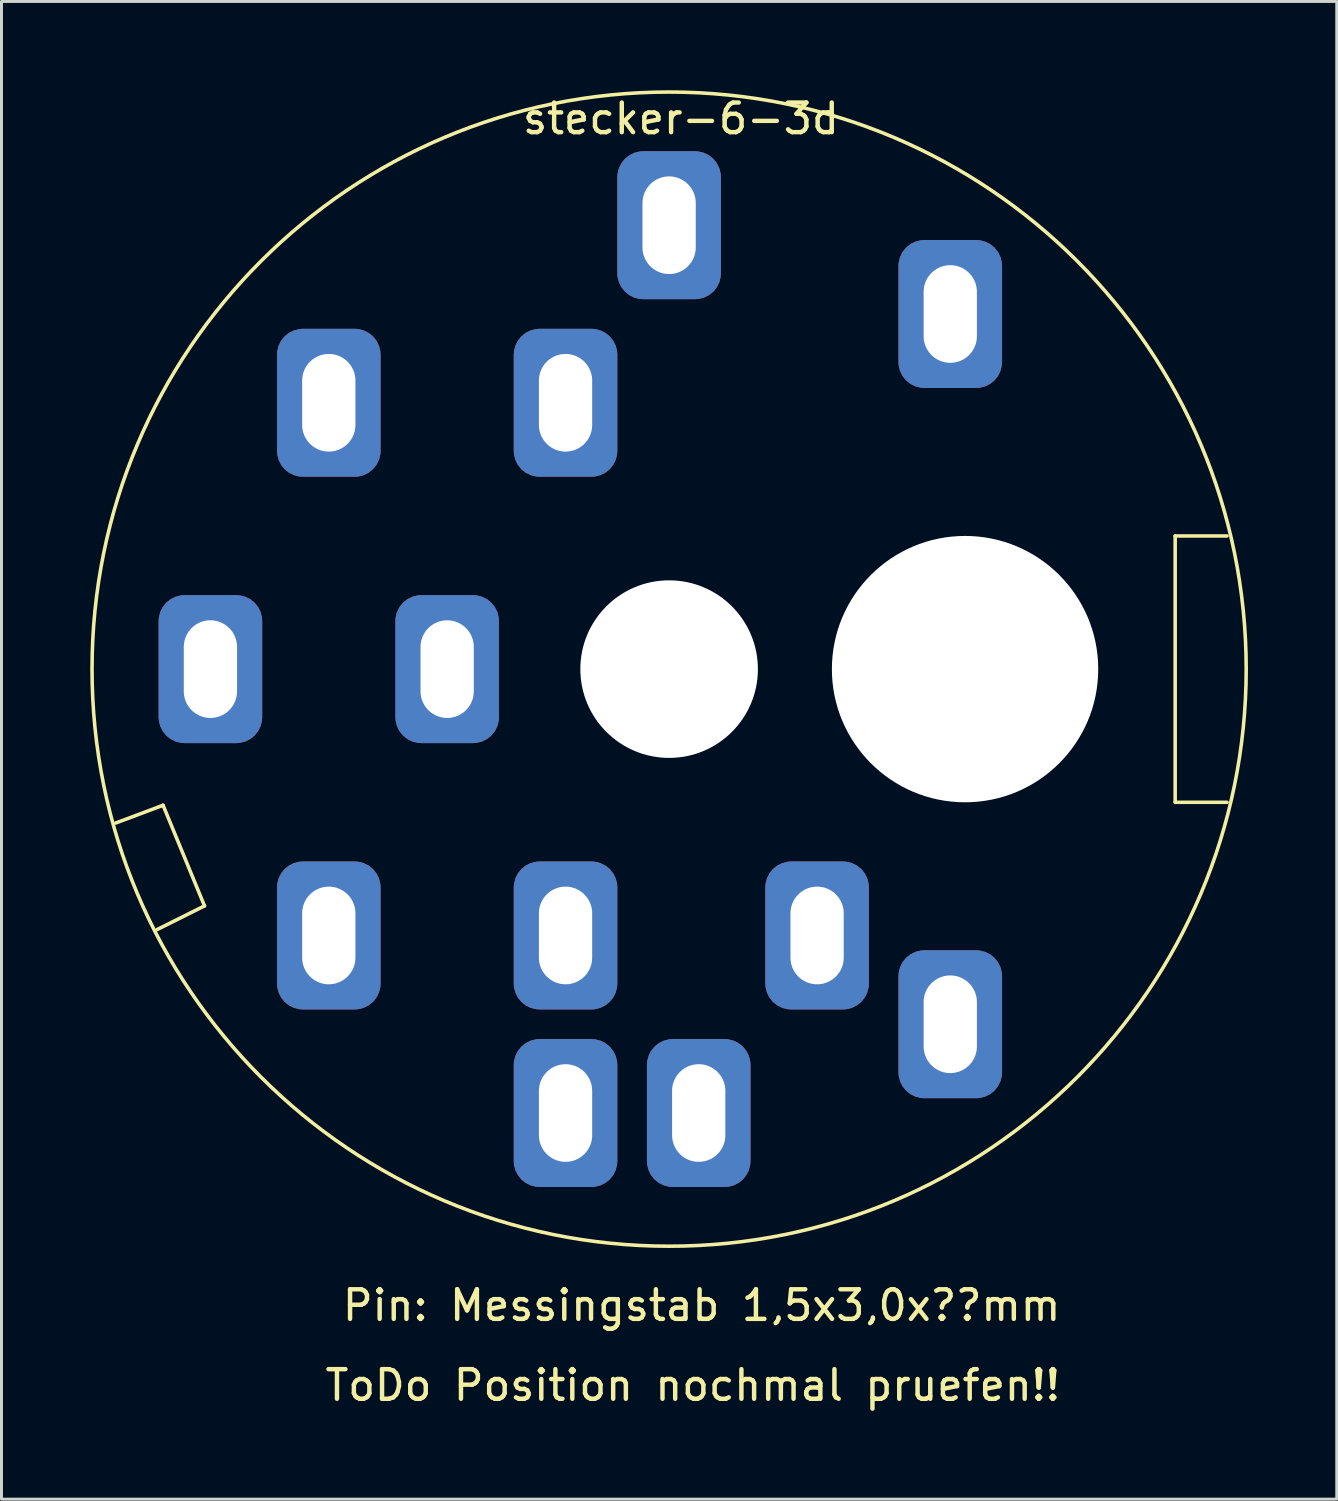
<source format=kicad_pcb>
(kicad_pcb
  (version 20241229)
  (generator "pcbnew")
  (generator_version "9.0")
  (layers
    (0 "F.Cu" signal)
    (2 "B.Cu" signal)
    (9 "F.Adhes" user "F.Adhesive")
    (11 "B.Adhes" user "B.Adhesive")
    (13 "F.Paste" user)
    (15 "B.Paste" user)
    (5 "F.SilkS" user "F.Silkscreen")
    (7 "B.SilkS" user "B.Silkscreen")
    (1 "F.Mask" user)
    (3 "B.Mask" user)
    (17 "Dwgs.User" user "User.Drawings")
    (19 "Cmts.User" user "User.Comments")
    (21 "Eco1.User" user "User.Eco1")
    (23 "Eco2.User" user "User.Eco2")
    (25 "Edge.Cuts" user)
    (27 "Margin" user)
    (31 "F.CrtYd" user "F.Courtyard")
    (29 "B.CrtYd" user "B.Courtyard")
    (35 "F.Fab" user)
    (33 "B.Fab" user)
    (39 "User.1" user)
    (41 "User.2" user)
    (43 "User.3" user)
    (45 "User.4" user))
  (footprint "stecker-6-3d"
    (layer "F.Cu")
    (at 19.56 19.56)
    (property "Reference" "stecker-6-3d" (at 0.4 -18.6 0) (layer "F.SilkS") (effects (font (size 1 1) (thickness 0.15))))
    (attr through_hole)
    (fp_line (start -17.1 4.6) (end -18.7 5.2) (stroke (width 0.12) (type solid)) (layer "F.SilkS"))
    (fp_line (start -17.1 4.6) (end -15.7 8) (stroke (width 0.12) (type solid)) (layer "F.SilkS"))
    (fp_line (start -15.7 8) (end -17.3 8.8) (stroke (width 0.12) (type solid)) (layer "F.SilkS"))
    (fp_line (start 17.1 -4.5) (end 17.1 4.5) (stroke (width 0.12) (type solid)) (layer "F.SilkS"))
    (fp_line (start 17.1 4.5) (end 18.85 4.5) (stroke (width 0.12) (type solid)) (layer "F.SilkS"))
    (fp_line (start 18.85 -4.5) (end 17.1 -4.5) (stroke (width 0.12) (type solid)) (layer "F.SilkS"))
    (fp_circle (center 0 0) (end 19.5 0) (stroke (width 0.12) (type solid)) (fill no) (layer "F.SilkS"))
    (fp_text user "ToDo Position nochmal pruefen!!" (at 0.8 24.2 0) (layer "F.SilkS") (effects (font (size 1 1) (thickness 0.15))))
    (fp_text user "Pin: Messingstab 1,5x3,0x??mm" (at 1.1 21.5 0) (layer "F.SilkS") (effects (font (size 1 1) (thickness 0.15))))
    (pad "" np_thru_hole circle (at 0 0) (size 6 6) (drill 6) (layers "*.Cu" "*.Mask"))
    (pad "" np_thru_hole circle (at 10 0) (size 9 9) (drill 9) (layers "*.Cu" "*.Mask"))
    (pad "1" thru_hole roundrect (at -15.5 0) (size 3.5 5) (drill oval 1.8 3.3) (layers "*.Cu" "*.Mask") (roundrect_rratio 0.25))
    (pad "2" thru_hole roundrect (at -11.5 -9) (size 3.5 5) (drill oval 1.8 3.3) (layers "*.Cu" "*.Mask") (roundrect_rratio 0.25))
    (pad "5" thru_hole roundrect (at -11.5 9) (size 3.5 5) (drill oval 1.8 3.3) (layers "*.Cu" "*.Mask") (roundrect_rratio 0.25))
    (pad "8" thru_hole roundrect (at -7.5 0) (size 3.5 5) (drill oval 1.8 3.3) (layers "*.Cu" "*.Mask") (roundrect_rratio 0.25))
    (pad "12" thru_hole roundrect (at -3.5 -9) (size 3.5 5) (drill oval 1.8 3.3) (layers "*.Cu" "*.Mask") (roundrect_rratio 0.25))
    (pad "13" thru_hole roundrect (at -3.5 9) (size 3.5 5) (drill oval 1.8 3.3) (layers "*.Cu" "*.Mask") (roundrect_rratio 0.25))
    (pad "14" thru_hole roundrect (at -3.5 15) (size 3.5 5) (drill oval 1.8 3.3) (layers "*.Cu" "*.Mask") (roundrect_rratio 0.25))
    (pad "15" thru_hole roundrect (at 0 -15) (size 3.5 5) (drill oval 1.8 3.3) (layers "*.Cu" "*.Mask") (roundrect_rratio 0.25))
    (pad "18" thru_hole roundrect (at 1 15) (size 3.5 5) (drill oval 1.8 3.3) (layers "*.Cu" "*.Mask") (roundrect_rratio 0.25))
    (pad "21" thru_hole roundrect (at 5 9) (size 3.5 5) (drill oval 1.8 3.3) (layers "*.Cu" "*.Mask") (roundrect_rratio 0.25))
    (pad "23" thru_hole roundrect (at 9.5 -12) (size 3.5 5) (drill oval 1.8 3.3) (layers "*.Cu" "*.Mask") (roundrect_rratio 0.25))
    (pad "24" thru_hole roundrect (at 9.5 12) (size 3.5 5) (drill oval 1.8 3.3) (layers "*.Cu" "*.Mask") (roundrect_rratio 0.25)))
  (gr_rect
    (start -3 -3)
    (end 42.12 47.608)
    (stroke (width 0.1) (type default))
    (fill no)
    (layer "Edge.Cuts")))
</source>
